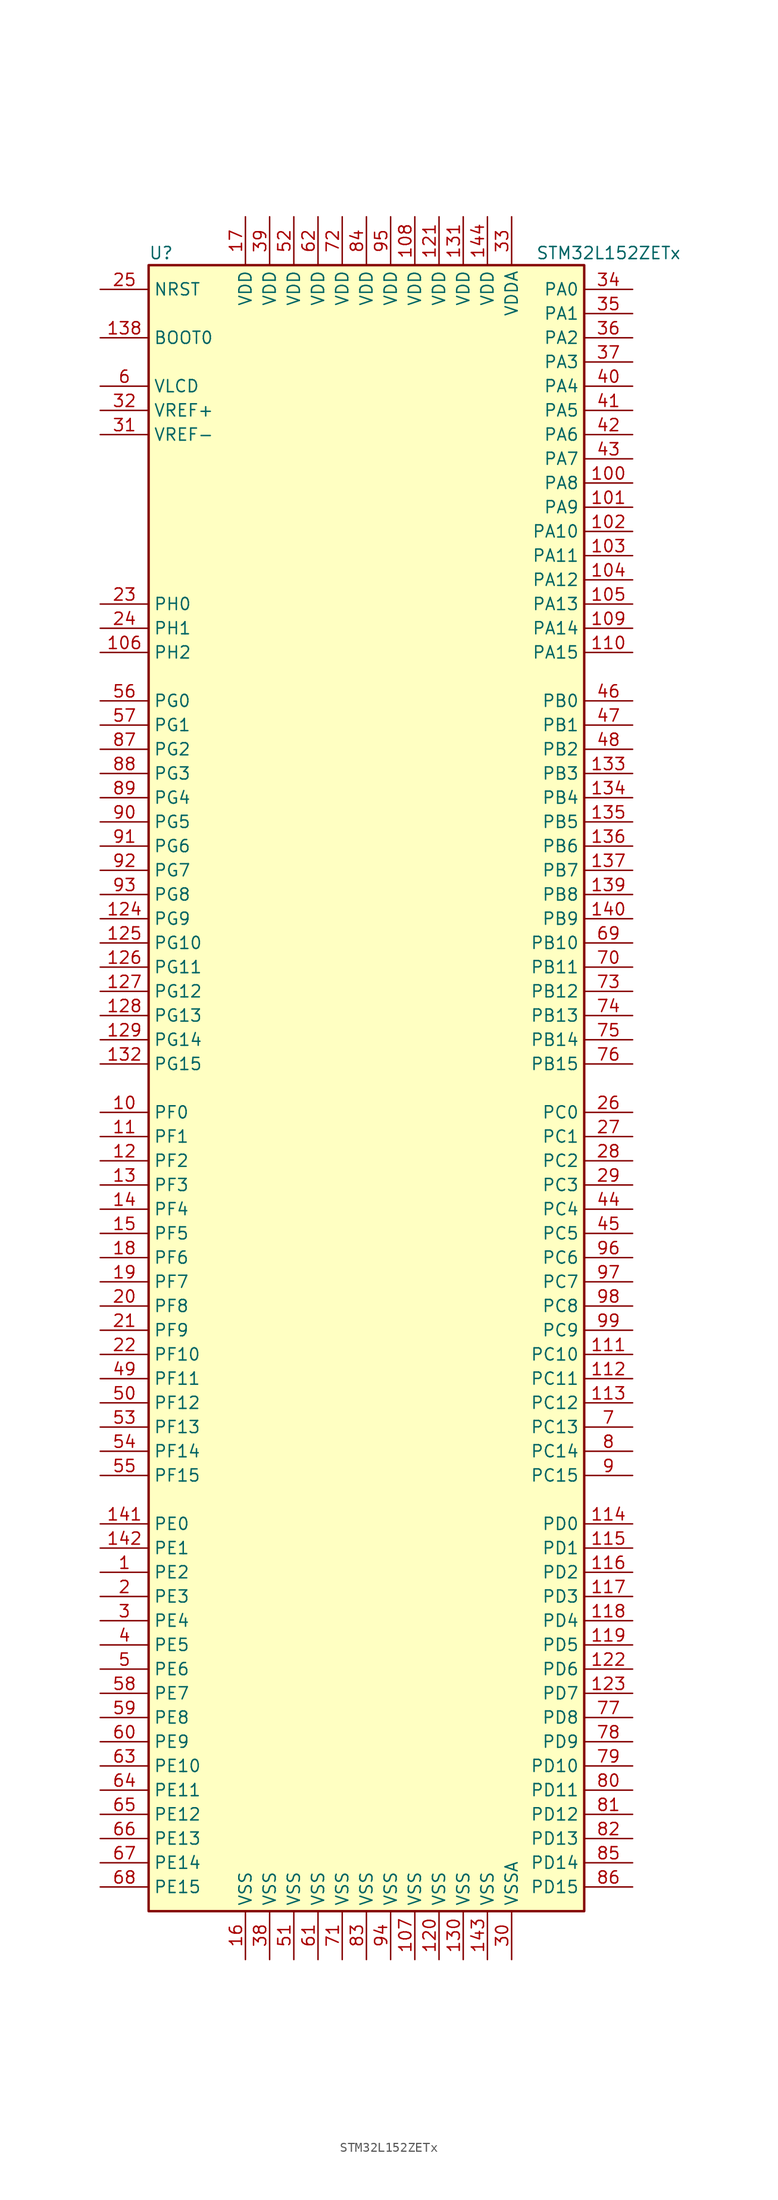
<source format=kicad_sym>
(kicad_symbol_lib
  (version 20201005)
  (generator kicad_symbol_editor)
  (symbol "STM32L152ZETx"
    (property "Reference" "U"
      (at -22.86 87.63 0)
      (effects (font (size 1.27 1.27)) (justify left)))
    (property "Value" "STM32L152ZETx"
      (at 17.78 87.63 0)
      (effects (font (size 1.27 1.27)) (justify left)))
    (symbol "STM32L152ZETx_0_1"
      (rectangle (start -22.86 -86.36) (end 22.86 86.36) (stroke (width 0.254)) (fill (type background))))
    (symbol "STM32L152ZETx_1_1"
      (pin bidirectional line (at -27.94 -50.8 0) (length 5.08) (name "PE2" (effects (font (size 1.27 1.27)))) (number "1" (effects (font (size 1.27 1.27)))))
      (pin bidirectional line (at -27.94 -2.54 0) (length 5.08) (name "PF0" (effects (font (size 1.27 1.27)))) (number "10" (effects (font (size 1.27 1.27)))))
      (pin bidirectional line (at 27.94 63.5 180) (length 5.08) (name "PA8" (effects (font (size 1.27 1.27)))) (number "100" (effects (font (size 1.27 1.27)))))
      (pin bidirectional line (at 27.94 60.96 180) (length 5.08) (name "PA9" (effects (font (size 1.27 1.27)))) (number "101" (effects (font (size 1.27 1.27)))))
      (pin bidirectional line (at 27.94 58.42 180) (length 5.08) (name "PA10" (effects (font (size 1.27 1.27)))) (number "102" (effects (font (size 1.27 1.27)))))
      (pin bidirectional line (at 27.94 55.88 180) (length 5.08) (name "PA11" (effects (font (size 1.27 1.27)))) (number "103" (effects (font (size 1.27 1.27)))))
      (pin bidirectional line (at 27.94 53.34 180) (length 5.08) (name "PA12" (effects (font (size 1.27 1.27)))) (number "104" (effects (font (size 1.27 1.27)))))
      (pin bidirectional line (at 27.94 50.8 180) (length 5.08) (name "PA13" (effects (font (size 1.27 1.27)))) (number "105" (effects (font (size 1.27 1.27)))))
      (pin bidirectional line (at -27.94 45.72 0) (length 5.08) (name "PH2" (effects (font (size 1.27 1.27)))) (number "106" (effects (font (size 1.27 1.27)))))
      (pin power_in line (at 5.08 -91.44 90) (length 5.08) (name "VSS" (effects (font (size 1.27 1.27)))) (number "107" (effects (font (size 1.27 1.27)))))
      (pin power_in line (at 5.08 91.44 270) (length 5.08) (name "VDD" (effects (font (size 1.27 1.27)))) (number "108" (effects (font (size 1.27 1.27)))))
      (pin bidirectional line (at 27.94 48.26 180) (length 5.08) (name "PA14" (effects (font (size 1.27 1.27)))) (number "109" (effects (font (size 1.27 1.27)))))
      (pin bidirectional line (at -27.94 -5.08 0) (length 5.08) (name "PF1" (effects (font (size 1.27 1.27)))) (number "11" (effects (font (size 1.27 1.27)))))
      (pin bidirectional line (at 27.94 45.72 180) (length 5.08) (name "PA15" (effects (font (size 1.27 1.27)))) (number "110" (effects (font (size 1.27 1.27)))))
      (pin bidirectional line (at 27.94 -27.94 180) (length 5.08) (name "PC10" (effects (font (size 1.27 1.27)))) (number "111" (effects (font (size 1.27 1.27)))))
      (pin bidirectional line (at 27.94 -30.48 180) (length 5.08) (name "PC11" (effects (font (size 1.27 1.27)))) (number "112" (effects (font (size 1.27 1.27)))))
      (pin bidirectional line (at 27.94 -33.02 180) (length 5.08) (name "PC12" (effects (font (size 1.27 1.27)))) (number "113" (effects (font (size 1.27 1.27)))))
      (pin bidirectional line (at 27.94 -45.72 180) (length 5.08) (name "PD0" (effects (font (size 1.27 1.27)))) (number "114" (effects (font (size 1.27 1.27)))))
      (pin bidirectional line (at 27.94 -48.26 180) (length 5.08) (name "PD1" (effects (font (size 1.27 1.27)))) (number "115" (effects (font (size 1.27 1.27)))))
      (pin bidirectional line (at 27.94 -50.8 180) (length 5.08) (name "PD2" (effects (font (size 1.27 1.27)))) (number "116" (effects (font (size 1.27 1.27)))))
      (pin bidirectional line (at 27.94 -53.34 180) (length 5.08) (name "PD3" (effects (font (size 1.27 1.27)))) (number "117" (effects (font (size 1.27 1.27)))))
      (pin bidirectional line (at 27.94 -55.88 180) (length 5.08) (name "PD4" (effects (font (size 1.27 1.27)))) (number "118" (effects (font (size 1.27 1.27)))))
      (pin bidirectional line (at 27.94 -58.42 180) (length 5.08) (name "PD5" (effects (font (size 1.27 1.27)))) (number "119" (effects (font (size 1.27 1.27)))))
      (pin bidirectional line (at -27.94 -7.62 0) (length 5.08) (name "PF2" (effects (font (size 1.27 1.27)))) (number "12" (effects (font (size 1.27 1.27)))))
      (pin power_in line (at 7.62 -91.44 90) (length 5.08) (name "VSS" (effects (font (size 1.27 1.27)))) (number "120" (effects (font (size 1.27 1.27)))))
      (pin power_in line (at 7.62 91.44 270) (length 5.08) (name "VDD" (effects (font (size 1.27 1.27)))) (number "121" (effects (font (size 1.27 1.27)))))
      (pin bidirectional line (at 27.94 -60.96 180) (length 5.08) (name "PD6" (effects (font (size 1.27 1.27)))) (number "122" (effects (font (size 1.27 1.27)))))
      (pin bidirectional line (at 27.94 -63.5 180) (length 5.08) (name "PD7" (effects (font (size 1.27 1.27)))) (number "123" (effects (font (size 1.27 1.27)))))
      (pin bidirectional line (at -27.94 17.78 0) (length 5.08) (name "PG9" (effects (font (size 1.27 1.27)))) (number "124" (effects (font (size 1.27 1.27)))))
      (pin bidirectional line (at -27.94 15.24 0) (length 5.08) (name "PG10" (effects (font (size 1.27 1.27)))) (number "125" (effects (font (size 1.27 1.27)))))
      (pin bidirectional line (at -27.94 12.7 0) (length 5.08) (name "PG11" (effects (font (size 1.27 1.27)))) (number "126" (effects (font (size 1.27 1.27)))))
      (pin bidirectional line (at -27.94 10.16 0) (length 5.08) (name "PG12" (effects (font (size 1.27 1.27)))) (number "127" (effects (font (size 1.27 1.27)))))
      (pin bidirectional line (at -27.94 7.62 0) (length 5.08) (name "PG13" (effects (font (size 1.27 1.27)))) (number "128" (effects (font (size 1.27 1.27)))))
      (pin bidirectional line (at -27.94 5.08 0) (length 5.08) (name "PG14" (effects (font (size 1.27 1.27)))) (number "129" (effects (font (size 1.27 1.27)))))
      (pin bidirectional line (at -27.94 -10.16 0) (length 5.08) (name "PF3" (effects (font (size 1.27 1.27)))) (number "13" (effects (font (size 1.27 1.27)))))
      (pin power_in line (at 10.16 -91.44 90) (length 5.08) (name "VSS" (effects (font (size 1.27 1.27)))) (number "130" (effects (font (size 1.27 1.27)))))
      (pin power_in line (at 10.16 91.44 270) (length 5.08) (name "VDD" (effects (font (size 1.27 1.27)))) (number "131" (effects (font (size 1.27 1.27)))))
      (pin bidirectional line (at -27.94 2.54 0) (length 5.08) (name "PG15" (effects (font (size 1.27 1.27)))) (number "132" (effects (font (size 1.27 1.27)))))
      (pin bidirectional line (at 27.94 33.02 180) (length 5.08) (name "PB3" (effects (font (size 1.27 1.27)))) (number "133" (effects (font (size 1.27 1.27)))))
      (pin bidirectional line (at 27.94 30.48 180) (length 5.08) (name "PB4" (effects (font (size 1.27 1.27)))) (number "134" (effects (font (size 1.27 1.27)))))
      (pin bidirectional line (at 27.94 27.94 180) (length 5.08) (name "PB5" (effects (font (size 1.27 1.27)))) (number "135" (effects (font (size 1.27 1.27)))))
      (pin bidirectional line (at 27.94 25.4 180) (length 5.08) (name "PB6" (effects (font (size 1.27 1.27)))) (number "136" (effects (font (size 1.27 1.27)))))
      (pin bidirectional line (at 27.94 22.86 180) (length 5.08) (name "PB7" (effects (font (size 1.27 1.27)))) (number "137" (effects (font (size 1.27 1.27)))))
      (pin input line (at -27.94 78.74 0) (length 5.08) (name "BOOT0" (effects (font (size 1.27 1.27)))) (number "138" (effects (font (size 1.27 1.27)))))
      (pin bidirectional line (at 27.94 20.32 180) (length 5.08) (name "PB8" (effects (font (size 1.27 1.27)))) (number "139" (effects (font (size 1.27 1.27)))))
      (pin bidirectional line (at -27.94 -12.7 0) (length 5.08) (name "PF4" (effects (font (size 1.27 1.27)))) (number "14" (effects (font (size 1.27 1.27)))))
      (pin bidirectional line (at 27.94 17.78 180) (length 5.08) (name "PB9" (effects (font (size 1.27 1.27)))) (number "140" (effects (font (size 1.27 1.27)))))
      (pin bidirectional line (at -27.94 -45.72 0) (length 5.08) (name "PE0" (effects (font (size 1.27 1.27)))) (number "141" (effects (font (size 1.27 1.27)))))
      (pin bidirectional line (at -27.94 -48.26 0) (length 5.08) (name "PE1" (effects (font (size 1.27 1.27)))) (number "142" (effects (font (size 1.27 1.27)))))
      (pin power_in line (at 12.7 -91.44 90) (length 5.08) (name "VSS" (effects (font (size 1.27 1.27)))) (number "143" (effects (font (size 1.27 1.27)))))
      (pin power_in line (at 12.7 91.44 270) (length 5.08) (name "VDD" (effects (font (size 1.27 1.27)))) (number "144" (effects (font (size 1.27 1.27)))))
      (pin bidirectional line (at -27.94 -15.24 0) (length 5.08) (name "PF5" (effects (font (size 1.27 1.27)))) (number "15" (effects (font (size 1.27 1.27)))))
      (pin power_in line (at -12.7 -91.44 90) (length 5.08) (name "VSS" (effects (font (size 1.27 1.27)))) (number "16" (effects (font (size 1.27 1.27)))))
      (pin power_in line (at -12.7 91.44 270) (length 5.08) (name "VDD" (effects (font (size 1.27 1.27)))) (number "17" (effects (font (size 1.27 1.27)))))
      (pin bidirectional line (at -27.94 -17.78 0) (length 5.08) (name "PF6" (effects (font (size 1.27 1.27)))) (number "18" (effects (font (size 1.27 1.27)))))
      (pin bidirectional line (at -27.94 -20.32 0) (length 5.08) (name "PF7" (effects (font (size 1.27 1.27)))) (number "19" (effects (font (size 1.27 1.27)))))
      (pin bidirectional line (at -27.94 -53.34 0) (length 5.08) (name "PE3" (effects (font (size 1.27 1.27)))) (number "2" (effects (font (size 1.27 1.27)))))
      (pin bidirectional line (at -27.94 -22.86 0) (length 5.08) (name "PF8" (effects (font (size 1.27 1.27)))) (number "20" (effects (font (size 1.27 1.27)))))
      (pin bidirectional line (at -27.94 -25.4 0) (length 5.08) (name "PF9" (effects (font (size 1.27 1.27)))) (number "21" (effects (font (size 1.27 1.27)))))
      (pin bidirectional line (at -27.94 -27.94 0) (length 5.08) (name "PF10" (effects (font (size 1.27 1.27)))) (number "22" (effects (font (size 1.27 1.27)))))
      (pin input line (at -27.94 50.8 0) (length 5.08) (name "PH0" (effects (font (size 1.27 1.27)))) (number "23" (effects (font (size 1.27 1.27)))))
      (pin input line (at -27.94 48.26 0) (length 5.08) (name "PH1" (effects (font (size 1.27 1.27)))) (number "24" (effects (font (size 1.27 1.27)))))
      (pin input line (at -27.94 83.82 0) (length 5.08) (name "NRST" (effects (font (size 1.27 1.27)))) (number "25" (effects (font (size 1.27 1.27)))))
      (pin bidirectional line (at 27.94 -2.54 180) (length 5.08) (name "PC0" (effects (font (size 1.27 1.27)))) (number "26" (effects (font (size 1.27 1.27)))))
      (pin bidirectional line (at 27.94 -5.08 180) (length 5.08) (name "PC1" (effects (font (size 1.27 1.27)))) (number "27" (effects (font (size 1.27 1.27)))))
      (pin bidirectional line (at 27.94 -7.62 180) (length 5.08) (name "PC2" (effects (font (size 1.27 1.27)))) (number "28" (effects (font (size 1.27 1.27)))))
      (pin bidirectional line (at 27.94 -10.16 180) (length 5.08) (name "PC3" (effects (font (size 1.27 1.27)))) (number "29" (effects (font (size 1.27 1.27)))))
      (pin bidirectional line (at -27.94 -55.88 0) (length 5.08) (name "PE4" (effects (font (size 1.27 1.27)))) (number "3" (effects (font (size 1.27 1.27)))))
      (pin power_in line (at 15.24 -91.44 90) (length 5.08) (name "VSSA" (effects (font (size 1.27 1.27)))) (number "30" (effects (font (size 1.27 1.27)))))
      (pin power_in line (at -27.94 68.58 0) (length 5.08) (name "VREF-" (effects (font (size 1.27 1.27)))) (number "31" (effects (font (size 1.27 1.27)))))
      (pin power_in line (at -27.94 71.12 0) (length 5.08) (name "VREF+" (effects (font (size 1.27 1.27)))) (number "32" (effects (font (size 1.27 1.27)))))
      (pin power_in line (at 15.24 91.44 270) (length 5.08) (name "VDDA" (effects (font (size 1.27 1.27)))) (number "33" (effects (font (size 1.27 1.27)))))
      (pin bidirectional line (at 27.94 83.82 180) (length 5.08) (name "PA0" (effects (font (size 1.27 1.27)))) (number "34" (effects (font (size 1.27 1.27)))))
      (pin bidirectional line (at 27.94 81.28 180) (length 5.08) (name "PA1" (effects (font (size 1.27 1.27)))) (number "35" (effects (font (size 1.27 1.27)))))
      (pin bidirectional line (at 27.94 78.74 180) (length 5.08) (name "PA2" (effects (font (size 1.27 1.27)))) (number "36" (effects (font (size 1.27 1.27)))))
      (pin bidirectional line (at 27.94 76.2 180) (length 5.08) (name "PA3" (effects (font (size 1.27 1.27)))) (number "37" (effects (font (size 1.27 1.27)))))
      (pin power_in line (at -10.16 -91.44 90) (length 5.08) (name "VSS" (effects (font (size 1.27 1.27)))) (number "38" (effects (font (size 1.27 1.27)))))
      (pin power_in line (at -10.16 91.44 270) (length 5.08) (name "VDD" (effects (font (size 1.27 1.27)))) (number "39" (effects (font (size 1.27 1.27)))))
      (pin bidirectional line (at -27.94 -58.42 0) (length 5.08) (name "PE5" (effects (font (size 1.27 1.27)))) (number "4" (effects (font (size 1.27 1.27)))))
      (pin bidirectional line (at 27.94 73.66 180) (length 5.08) (name "PA4" (effects (font (size 1.27 1.27)))) (number "40" (effects (font (size 1.27 1.27)))))
      (pin bidirectional line (at 27.94 71.12 180) (length 5.08) (name "PA5" (effects (font (size 1.27 1.27)))) (number "41" (effects (font (size 1.27 1.27)))))
      (pin bidirectional line (at 27.94 68.58 180) (length 5.08) (name "PA6" (effects (font (size 1.27 1.27)))) (number "42" (effects (font (size 1.27 1.27)))))
      (pin bidirectional line (at 27.94 66.04 180) (length 5.08) (name "PA7" (effects (font (size 1.27 1.27)))) (number "43" (effects (font (size 1.27 1.27)))))
      (pin bidirectional line (at 27.94 -12.7 180) (length 5.08) (name "PC4" (effects (font (size 1.27 1.27)))) (number "44" (effects (font (size 1.27 1.27)))))
      (pin bidirectional line (at 27.94 -15.24 180) (length 5.08) (name "PC5" (effects (font (size 1.27 1.27)))) (number "45" (effects (font (size 1.27 1.27)))))
      (pin bidirectional line (at 27.94 40.64 180) (length 5.08) (name "PB0" (effects (font (size 1.27 1.27)))) (number "46" (effects (font (size 1.27 1.27)))))
      (pin bidirectional line (at 27.94 38.1 180) (length 5.08) (name "PB1" (effects (font (size 1.27 1.27)))) (number "47" (effects (font (size 1.27 1.27)))))
      (pin bidirectional line (at 27.94 35.56 180) (length 5.08) (name "PB2" (effects (font (size 1.27 1.27)))) (number "48" (effects (font (size 1.27 1.27)))))
      (pin bidirectional line (at -27.94 -30.48 0) (length 5.08) (name "PF11" (effects (font (size 1.27 1.27)))) (number "49" (effects (font (size 1.27 1.27)))))
      (pin bidirectional line (at -27.94 -60.96 0) (length 5.08) (name "PE6" (effects (font (size 1.27 1.27)))) (number "5" (effects (font (size 1.27 1.27)))))
      (pin bidirectional line (at -27.94 -33.02 0) (length 5.08) (name "PF12" (effects (font (size 1.27 1.27)))) (number "50" (effects (font (size 1.27 1.27)))))
      (pin power_in line (at -7.62 -91.44 90) (length 5.08) (name "VSS" (effects (font (size 1.27 1.27)))) (number "51" (effects (font (size 1.27 1.27)))))
      (pin power_in line (at -7.62 91.44 270) (length 5.08) (name "VDD" (effects (font (size 1.27 1.27)))) (number "52" (effects (font (size 1.27 1.27)))))
      (pin bidirectional line (at -27.94 -35.56 0) (length 5.08) (name "PF13" (effects (font (size 1.27 1.27)))) (number "53" (effects (font (size 1.27 1.27)))))
      (pin bidirectional line (at -27.94 -38.1 0) (length 5.08) (name "PF14" (effects (font (size 1.27 1.27)))) (number "54" (effects (font (size 1.27 1.27)))))
      (pin bidirectional line (at -27.94 -40.64 0) (length 5.08) (name "PF15" (effects (font (size 1.27 1.27)))) (number "55" (effects (font (size 1.27 1.27)))))
      (pin bidirectional line (at -27.94 40.64 0) (length 5.08) (name "PG0" (effects (font (size 1.27 1.27)))) (number "56" (effects (font (size 1.27 1.27)))))
      (pin bidirectional line (at -27.94 38.1 0) (length 5.08) (name "PG1" (effects (font (size 1.27 1.27)))) (number "57" (effects (font (size 1.27 1.27)))))
      (pin bidirectional line (at -27.94 -63.5 0) (length 5.08) (name "PE7" (effects (font (size 1.27 1.27)))) (number "58" (effects (font (size 1.27 1.27)))))
      (pin bidirectional line (at -27.94 -66.04 0) (length 5.08) (name "PE8" (effects (font (size 1.27 1.27)))) (number "59" (effects (font (size 1.27 1.27)))))
      (pin power_in line (at -27.94 73.66 0) (length 5.08) (name "VLCD" (effects (font (size 1.27 1.27)))) (number "6" (effects (font (size 1.27 1.27)))))
      (pin bidirectional line (at -27.94 -68.58 0) (length 5.08) (name "PE9" (effects (font (size 1.27 1.27)))) (number "60" (effects (font (size 1.27 1.27)))))
      (pin power_in line (at -5.08 -91.44 90) (length 5.08) (name "VSS" (effects (font (size 1.27 1.27)))) (number "61" (effects (font (size 1.27 1.27)))))
      (pin power_in line (at -5.08 91.44 270) (length 5.08) (name "VDD" (effects (font (size 1.27 1.27)))) (number "62" (effects (font (size 1.27 1.27)))))
      (pin bidirectional line (at -27.94 -71.12 0) (length 5.08) (name "PE10" (effects (font (size 1.27 1.27)))) (number "63" (effects (font (size 1.27 1.27)))))
      (pin bidirectional line (at -27.94 -73.66 0) (length 5.08) (name "PE11" (effects (font (size 1.27 1.27)))) (number "64" (effects (font (size 1.27 1.27)))))
      (pin bidirectional line (at -27.94 -76.2 0) (length 5.08) (name "PE12" (effects (font (size 1.27 1.27)))) (number "65" (effects (font (size 1.27 1.27)))))
      (pin bidirectional line (at -27.94 -78.74 0) (length 5.08) (name "PE13" (effects (font (size 1.27 1.27)))) (number "66" (effects (font (size 1.27 1.27)))))
      (pin bidirectional line (at -27.94 -81.28 0) (length 5.08) (name "PE14" (effects (font (size 1.27 1.27)))) (number "67" (effects (font (size 1.27 1.27)))))
      (pin bidirectional line (at -27.94 -83.82 0) (length 5.08) (name "PE15" (effects (font (size 1.27 1.27)))) (number "68" (effects (font (size 1.27 1.27)))))
      (pin bidirectional line (at 27.94 15.24 180) (length 5.08) (name "PB10" (effects (font (size 1.27 1.27)))) (number "69" (effects (font (size 1.27 1.27)))))
      (pin bidirectional line (at 27.94 -35.56 180) (length 5.08) (name "PC13" (effects (font (size 1.27 1.27)))) (number "7" (effects (font (size 1.27 1.27)))))
      (pin bidirectional line (at 27.94 12.7 180) (length 5.08) (name "PB11" (effects (font (size 1.27 1.27)))) (number "70" (effects (font (size 1.27 1.27)))))
      (pin power_in line (at -2.54 -91.44 90) (length 5.08) (name "VSS" (effects (font (size 1.27 1.27)))) (number "71" (effects (font (size 1.27 1.27)))))
      (pin power_in line (at -2.54 91.44 270) (length 5.08) (name "VDD" (effects (font (size 1.27 1.27)))) (number "72" (effects (font (size 1.27 1.27)))))
      (pin bidirectional line (at 27.94 10.16 180) (length 5.08) (name "PB12" (effects (font (size 1.27 1.27)))) (number "73" (effects (font (size 1.27 1.27)))))
      (pin bidirectional line (at 27.94 7.62 180) (length 5.08) (name "PB13" (effects (font (size 1.27 1.27)))) (number "74" (effects (font (size 1.27 1.27)))))
      (pin bidirectional line (at 27.94 5.08 180) (length 5.08) (name "PB14" (effects (font (size 1.27 1.27)))) (number "75" (effects (font (size 1.27 1.27)))))
      (pin bidirectional line (at 27.94 2.54 180) (length 5.08) (name "PB15" (effects (font (size 1.27 1.27)))) (number "76" (effects (font (size 1.27 1.27)))))
      (pin bidirectional line (at 27.94 -66.04 180) (length 5.08) (name "PD8" (effects (font (size 1.27 1.27)))) (number "77" (effects (font (size 1.27 1.27)))))
      (pin bidirectional line (at 27.94 -68.58 180) (length 5.08) (name "PD9" (effects (font (size 1.27 1.27)))) (number "78" (effects (font (size 1.27 1.27)))))
      (pin bidirectional line (at 27.94 -71.12 180) (length 5.08) (name "PD10" (effects (font (size 1.27 1.27)))) (number "79" (effects (font (size 1.27 1.27)))))
      (pin bidirectional line (at 27.94 -38.1 180) (length 5.08) (name "PC14" (effects (font (size 1.27 1.27)))) (number "8" (effects (font (size 1.27 1.27)))))
      (pin bidirectional line (at 27.94 -73.66 180) (length 5.08) (name "PD11" (effects (font (size 1.27 1.27)))) (number "80" (effects (font (size 1.27 1.27)))))
      (pin bidirectional line (at 27.94 -76.2 180) (length 5.08) (name "PD12" (effects (font (size 1.27 1.27)))) (number "81" (effects (font (size 1.27 1.27)))))
      (pin bidirectional line (at 27.94 -78.74 180) (length 5.08) (name "PD13" (effects (font (size 1.27 1.27)))) (number "82" (effects (font (size 1.27 1.27)))))
      (pin power_in line (at 0 -91.44 90) (length 5.08) (name "VSS" (effects (font (size 1.27 1.27)))) (number "83" (effects (font (size 1.27 1.27)))))
      (pin power_in line (at 0 91.44 270) (length 5.08) (name "VDD" (effects (font (size 1.27 1.27)))) (number "84" (effects (font (size 1.27 1.27)))))
      (pin bidirectional line (at 27.94 -81.28 180) (length 5.08) (name "PD14" (effects (font (size 1.27 1.27)))) (number "85" (effects (font (size 1.27 1.27)))))
      (pin bidirectional line (at 27.94 -83.82 180) (length 5.08) (name "PD15" (effects (font (size 1.27 1.27)))) (number "86" (effects (font (size 1.27 1.27)))))
      (pin bidirectional line (at -27.94 35.56 0) (length 5.08) (name "PG2" (effects (font (size 1.27 1.27)))) (number "87" (effects (font (size 1.27 1.27)))))
      (pin bidirectional line (at -27.94 33.02 0) (length 5.08) (name "PG3" (effects (font (size 1.27 1.27)))) (number "88" (effects (font (size 1.27 1.27)))))
      (pin bidirectional line (at -27.94 30.48 0) (length 5.08) (name "PG4" (effects (font (size 1.27 1.27)))) (number "89" (effects (font (size 1.27 1.27)))))
      (pin bidirectional line (at 27.94 -40.64 180) (length 5.08) (name "PC15" (effects (font (size 1.27 1.27)))) (number "9" (effects (font (size 1.27 1.27)))))
      (pin bidirectional line (at -27.94 27.94 0) (length 5.08) (name "PG5" (effects (font (size 1.27 1.27)))) (number "90" (effects (font (size 1.27 1.27)))))
      (pin bidirectional line (at -27.94 25.4 0) (length 5.08) (name "PG6" (effects (font (size 1.27 1.27)))) (number "91" (effects (font (size 1.27 1.27)))))
      (pin bidirectional line (at -27.94 22.86 0) (length 5.08) (name "PG7" (effects (font (size 1.27 1.27)))) (number "92" (effects (font (size 1.27 1.27)))))
      (pin bidirectional line (at -27.94 20.32 0) (length 5.08) (name "PG8" (effects (font (size 1.27 1.27)))) (number "93" (effects (font (size 1.27 1.27)))))
      (pin power_in line (at 2.54 -91.44 90) (length 5.08) (name "VSS" (effects (font (size 1.27 1.27)))) (number "94" (effects (font (size 1.27 1.27)))))
      (pin power_in line (at 2.54 91.44 270) (length 5.08) (name "VDD" (effects (font (size 1.27 1.27)))) (number "95" (effects (font (size 1.27 1.27)))))
      (pin bidirectional line (at 27.94 -17.78 180) (length 5.08) (name "PC6" (effects (font (size 1.27 1.27)))) (number "96" (effects (font (size 1.27 1.27)))))
      (pin bidirectional line (at 27.94 -20.32 180) (length 5.08) (name "PC7" (effects (font (size 1.27 1.27)))) (number "97" (effects (font (size 1.27 1.27)))))
      (pin bidirectional line (at 27.94 -22.86 180) (length 5.08) (name "PC8" (effects (font (size 1.27 1.27)))) (number "98" (effects (font (size 1.27 1.27)))))
      (pin bidirectional line (at 27.94 -25.4 180) (length 5.08) (name "PC9" (effects (font (size 1.27 1.27)))) (number "99" (effects (font (size 1.27 1.27))))))))
</source>
